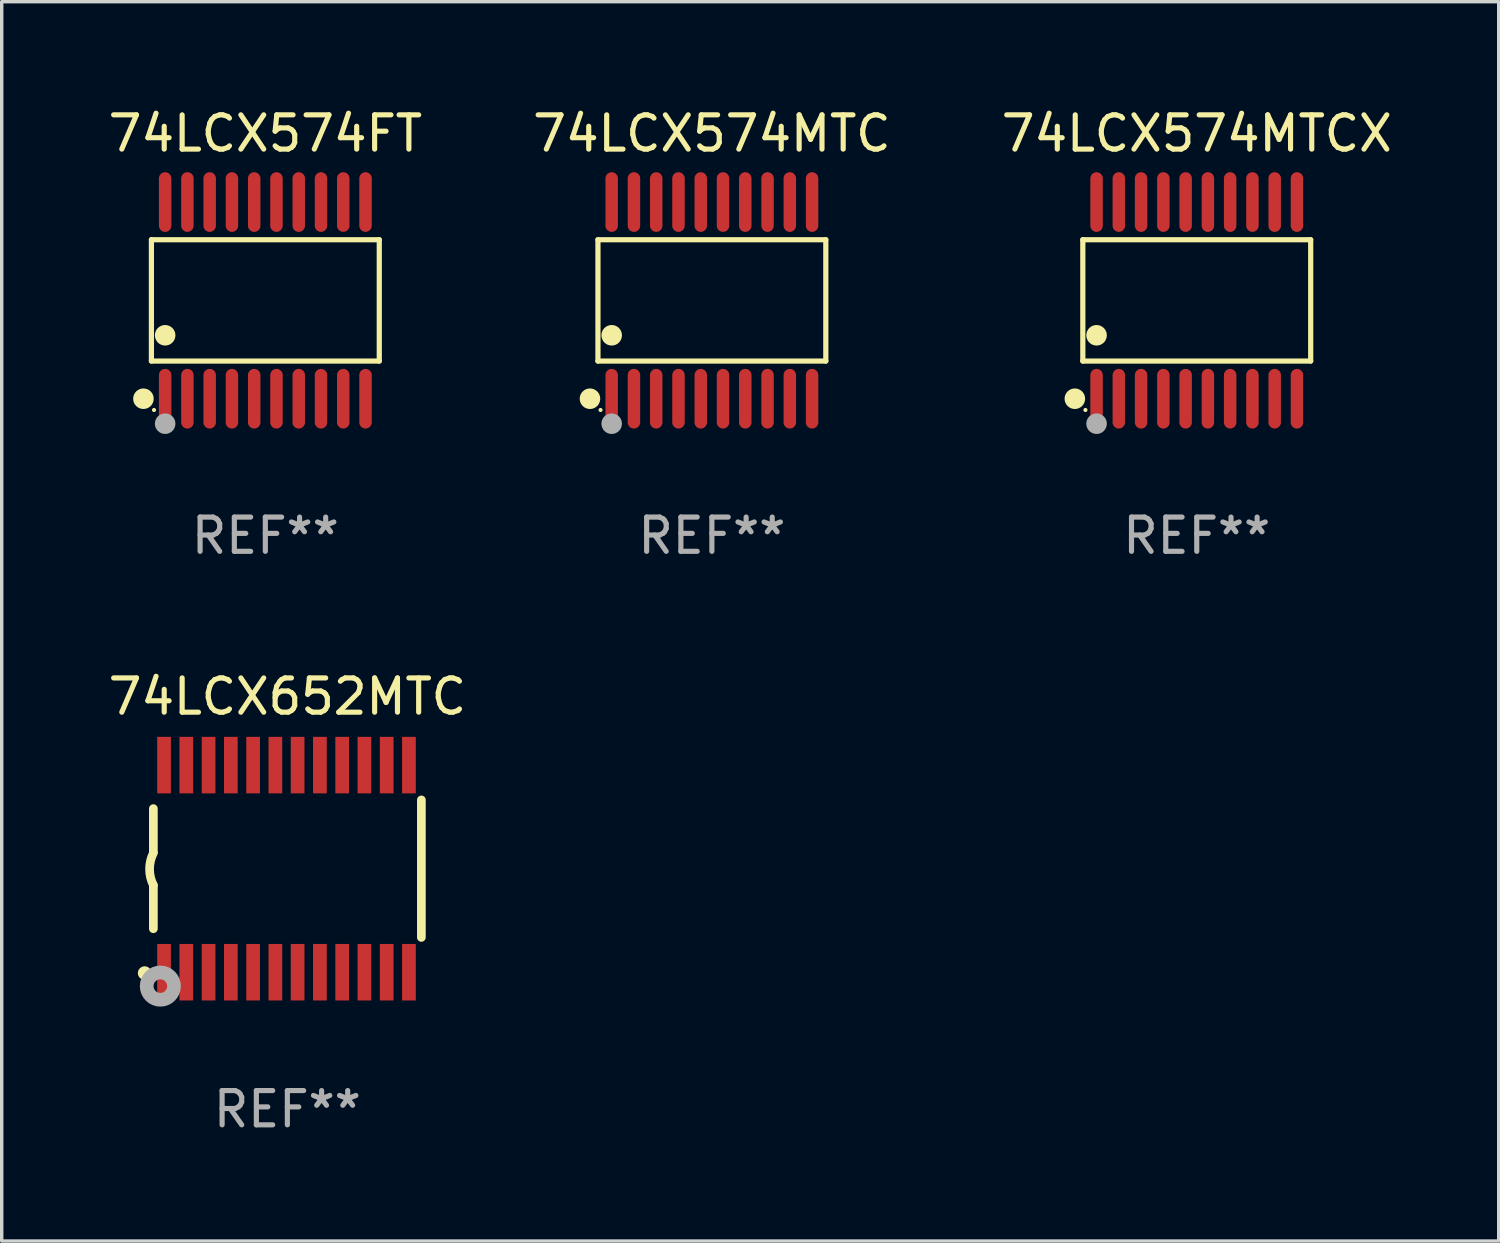
<source format=kicad_pcb>
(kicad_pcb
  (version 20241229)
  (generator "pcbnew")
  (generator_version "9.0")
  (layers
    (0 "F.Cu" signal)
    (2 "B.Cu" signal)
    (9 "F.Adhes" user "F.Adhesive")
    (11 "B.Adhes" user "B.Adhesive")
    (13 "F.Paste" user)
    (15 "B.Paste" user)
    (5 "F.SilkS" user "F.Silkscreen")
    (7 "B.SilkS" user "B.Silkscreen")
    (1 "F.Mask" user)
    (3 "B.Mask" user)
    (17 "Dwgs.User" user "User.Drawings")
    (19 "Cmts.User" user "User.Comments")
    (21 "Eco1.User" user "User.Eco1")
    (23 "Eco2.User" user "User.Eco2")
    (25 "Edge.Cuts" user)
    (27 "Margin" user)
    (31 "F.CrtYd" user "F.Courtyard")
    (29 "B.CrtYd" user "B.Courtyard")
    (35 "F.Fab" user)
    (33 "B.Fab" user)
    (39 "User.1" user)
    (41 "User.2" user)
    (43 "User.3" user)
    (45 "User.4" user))
  (footprint "74LCX652MTC"
    (layer "F.Cu")
    (at 5.339 22.309)
    (property "Reference" "74LCX652MTC" (at 0 -5.023 0) (layer "F.SilkS") (effects (font (size 1 1) (thickness 0.15))))
    (attr through_hole)
    (fp_line (start -3.912 -0.483) (end -3.912 -1.753) (stroke (width 0.254) (type solid)) (layer "F.SilkS"))
    (fp_line (start -3.912 1.753) (end -3.912 0.483) (stroke (width 0.254) (type solid)) (layer "F.SilkS"))
    (fp_line (start 3.912 -2.007) (end 3.912 2.007) (stroke (width 0.254) (type solid)) (layer "F.SilkS"))
    (fp_arc (start -3.911608 0.482601) (mid -4.022537 0.0127) (end -3.911608 -0.457201) (stroke (width 0.254001) (type solid)) (layer "F.SilkS"))
    (fp_circle (center -4.166 3.048) (end -4.066 3.048) (stroke (width 0.2) (type solid)) (fill no) (layer "F.SilkS"))
    (fp_circle (center -3.925 3.186) (end -3.895 3.186) (stroke (width 0.06) (type solid)) (fill no) (layer "F.SilkS"))
    (fp_circle (center -3.708 3.429) (end -3.509 3.429) (stroke (width 0.4) (type solid)) (fill no) (layer "F.Fab"))
    (fp_text user "REF**" (at 0 7.023 0) (layer "F.Fab") (effects (font (size 1 1) (thickness 0.15))))
    (pad "1" smd rect (at -3.6 3.023) (size 0.4 1.65) (layers "F.Cu" "F.Mask" "F.Paste"))
    (pad "2" smd rect (at -2.95 3.023) (size 0.4 1.65) (layers "F.Cu" "F.Mask" "F.Paste"))
    (pad "3" smd rect (at -2.3 3.023) (size 0.4 1.65) (layers "F.Cu" "F.Mask" "F.Paste"))
    (pad "4" smd rect (at -1.65 3.023) (size 0.4 1.65) (layers "F.Cu" "F.Mask" "F.Paste"))
    (pad "5" smd rect (at -1 3.023) (size 0.4 1.65) (layers "F.Cu" "F.Mask" "F.Paste"))
    (pad "6" smd rect (at -0.35 3.023) (size 0.4 1.65) (layers "F.Cu" "F.Mask" "F.Paste"))
    (pad "7" smd rect (at 0.299 3.023) (size 0.4 1.65) (layers "F.Cu" "F.Mask" "F.Paste"))
    (pad "8" smd rect (at 0.95 3.023) (size 0.4 1.65) (layers "F.Cu" "F.Mask" "F.Paste"))
    (pad "9" smd rect (at 1.6 3.023) (size 0.4 1.65) (layers "F.Cu" "F.Mask" "F.Paste"))
    (pad "10" smd rect (at 2.25 3.023) (size 0.4 1.65) (layers "F.Cu" "F.Mask" "F.Paste"))
    (pad "11" smd rect (at 2.9 3.023) (size 0.4 1.65) (layers "F.Cu" "F.Mask" "F.Paste"))
    (pad "12" smd rect (at 3.549 3.023) (size 0.4 1.65) (layers "F.Cu" "F.Mask" "F.Paste"))
    (pad "13" smd rect (at 3.549 -3.023) (size 0.4 1.65) (layers "F.Cu" "F.Mask" "F.Paste"))
    (pad "14" smd rect (at 2.9 -3.023) (size 0.4 1.65) (layers "F.Cu" "F.Mask" "F.Paste"))
    (pad "15" smd rect (at 2.25 -3.023) (size 0.4 1.65) (layers "F.Cu" "F.Mask" "F.Paste"))
    (pad "16" smd rect (at 1.6 -3.023) (size 0.4 1.65) (layers "F.Cu" "F.Mask" "F.Paste"))
    (pad "17" smd rect (at 0.95 -3.023) (size 0.4 1.65) (layers "F.Cu" "F.Mask" "F.Paste"))
    (pad "18" smd rect (at 0.299 -3.023) (size 0.4 1.65) (layers "F.Cu" "F.Mask" "F.Paste"))
    (pad "19" smd rect (at -0.35 -3.023) (size 0.4 1.65) (layers "F.Cu" "F.Mask" "F.Paste"))
    (pad "20" smd rect (at -1 -3.023) (size 0.4 1.65) (layers "F.Cu" "F.Mask" "F.Paste"))
    (pad "21" smd rect (at -1.65 -3.023) (size 0.4 1.65) (layers "F.Cu" "F.Mask" "F.Paste"))
    (pad "22" smd rect (at -2.3 -3.023) (size 0.4 1.65) (layers "F.Cu" "F.Mask" "F.Paste"))
    (pad "23" smd rect (at -2.95 -3.023) (size 0.4 1.65) (layers "F.Cu" "F.Mask" "F.Paste"))
    (pad "24" smd rect (at -3.6 -3.023) (size 0.4 1.65) (layers "F.Cu" "F.Mask" "F.Paste")))
  (footprint "74LCX574MTCX"
    (layer "F.Cu")
    (at 31.887 5.719)
    (property "Reference" "74LCX574MTCX" (at 0 -4.871 0) (layer "F.SilkS") (effects (font (size 1 1) (thickness 0.15))))
    (attr through_hole)
    (fp_line (start -3.326 -1.771) (end 3.326 -1.771) (stroke (width 0.152) (type solid)) (layer "F.SilkS"))
    (fp_line (start -3.326 1.771) (end -3.326 -1.771) (stroke (width 0.152) (type solid)) (layer "F.SilkS"))
    (fp_line (start 3.326 -1.771) (end 3.326 1.771) (stroke (width 0.152) (type solid)) (layer "F.SilkS"))
    (fp_line (start 3.326 1.771) (end -3.326 1.771) (stroke (width 0.152) (type solid)) (layer "F.SilkS"))
    (fp_circle (center -3.559 2.871) (end -3.409 2.871) (stroke (width 0.3) (type solid)) (fill no) (layer "F.SilkS"))
    (fp_circle (center -3.25 3.2) (end -3.22 3.2) (stroke (width 0.06) (type solid)) (fill no) (layer "F.SilkS"))
    (fp_circle (center -2.925 1.019) (end -2.775 1.019) (stroke (width 0.3) (type solid)) (fill no) (layer "F.SilkS"))
    (fp_circle (center -2.925 3.6) (end -2.775 3.6) (stroke (width 0.3) (type solid)) (fill no) (layer "F.Fab"))
    (fp_text user "REF**" (at 0 6.871 0) (layer "F.Fab") (effects (font (size 1 1) (thickness 0.15))))
    (pad "1" smd oval (at -2.925 2.871) (size 0.364 1.742) (layers "F.Cu" "F.Mask" "F.Paste"))
    (pad "2" smd oval (at -2.275 2.871) (size 0.364 1.742) (layers "F.Cu" "F.Mask" "F.Paste"))
    (pad "3" smd oval (at -1.625 2.871) (size 0.364 1.742) (layers "F.Cu" "F.Mask" "F.Paste"))
    (pad "4" smd oval (at -0.975 2.871) (size 0.364 1.742) (layers "F.Cu" "F.Mask" "F.Paste"))
    (pad "5" smd oval (at -0.325 2.871) (size 0.364 1.742) (layers "F.Cu" "F.Mask" "F.Paste"))
    (pad "6" smd oval (at 0.325 2.871) (size 0.364 1.742) (layers "F.Cu" "F.Mask" "F.Paste"))
    (pad "7" smd oval (at 0.975 2.871) (size 0.364 1.742) (layers "F.Cu" "F.Mask" "F.Paste"))
    (pad "8" smd oval (at 1.625 2.871) (size 0.364 1.742) (layers "F.Cu" "F.Mask" "F.Paste"))
    (pad "9" smd oval (at 2.275 2.871) (size 0.364 1.742) (layers "F.Cu" "F.Mask" "F.Paste"))
    (pad "10" smd oval (at 2.925 2.871) (size 0.364 1.742) (layers "F.Cu" "F.Mask" "F.Paste"))
    (pad "11" smd oval (at 2.925 -2.871) (size 0.364 1.742) (layers "F.Cu" "F.Mask" "F.Paste"))
    (pad "12" smd oval (at 2.275 -2.871) (size 0.364 1.742) (layers "F.Cu" "F.Mask" "F.Paste"))
    (pad "13" smd oval (at 1.625 -2.871) (size 0.364 1.742) (layers "F.Cu" "F.Mask" "F.Paste"))
    (pad "14" smd oval (at 0.975 -2.871) (size 0.364 1.742) (layers "F.Cu" "F.Mask" "F.Paste"))
    (pad "15" smd oval (at 0.325 -2.871) (size 0.364 1.742) (layers "F.Cu" "F.Mask" "F.Paste"))
    (pad "16" smd oval (at -0.325 -2.871) (size 0.364 1.742) (layers "F.Cu" "F.Mask" "F.Paste"))
    (pad "17" smd oval (at -0.975 -2.871) (size 0.364 1.742) (layers "F.Cu" "F.Mask" "F.Paste"))
    (pad "18" smd oval (at -1.625 -2.871) (size 0.364 1.742) (layers "F.Cu" "F.Mask" "F.Paste"))
    (pad "19" smd oval (at -2.275 -2.871) (size 0.364 1.742) (layers "F.Cu" "F.Mask" "F.Paste"))
    (pad "20" smd oval (at -2.925 -2.871) (size 0.364 1.742) (layers "F.Cu" "F.Mask" "F.Paste")))
  (footprint "74LCX574MTC"
    (layer "F.Cu")
    (at 17.732 5.719)
    (property "Reference" "74LCX574MTC" (at 0 -4.871 0) (layer "F.SilkS") (effects (font (size 1 1) (thickness 0.15))))
    (attr through_hole)
    (fp_line (start -3.326 -1.771) (end 3.326 -1.771) (stroke (width 0.152) (type solid)) (layer "F.SilkS"))
    (fp_line (start -3.326 1.771) (end -3.326 -1.771) (stroke (width 0.152) (type solid)) (layer "F.SilkS"))
    (fp_line (start 3.326 -1.771) (end 3.326 1.771) (stroke (width 0.152) (type solid)) (layer "F.SilkS"))
    (fp_line (start 3.326 1.771) (end -3.326 1.771) (stroke (width 0.152) (type solid)) (layer "F.SilkS"))
    (fp_circle (center -3.559 2.871) (end -3.409 2.871) (stroke (width 0.3) (type solid)) (fill no) (layer "F.SilkS"))
    (fp_circle (center -3.25 3.2) (end -3.22 3.2) (stroke (width 0.06) (type solid)) (fill no) (layer "F.SilkS"))
    (fp_circle (center -2.925 1.019) (end -2.775 1.019) (stroke (width 0.3) (type solid)) (fill no) (layer "F.SilkS"))
    (fp_circle (center -2.925 3.6) (end -2.775 3.6) (stroke (width 0.3) (type solid)) (fill no) (layer "F.Fab"))
    (fp_text user "REF**" (at 0 6.871 0) (layer "F.Fab") (effects (font (size 1 1) (thickness 0.15))))
    (pad "1" smd oval (at -2.925 2.871) (size 0.364 1.742) (layers "F.Cu" "F.Mask" "F.Paste"))
    (pad "2" smd oval (at -2.275 2.871) (size 0.364 1.742) (layers "F.Cu" "F.Mask" "F.Paste"))
    (pad "3" smd oval (at -1.625 2.871) (size 0.364 1.742) (layers "F.Cu" "F.Mask" "F.Paste"))
    (pad "4" smd oval (at -0.975 2.871) (size 0.364 1.742) (layers "F.Cu" "F.Mask" "F.Paste"))
    (pad "5" smd oval (at -0.325 2.871) (size 0.364 1.742) (layers "F.Cu" "F.Mask" "F.Paste"))
    (pad "6" smd oval (at 0.325 2.871) (size 0.364 1.742) (layers "F.Cu" "F.Mask" "F.Paste"))
    (pad "7" smd oval (at 0.975 2.871) (size 0.364 1.742) (layers "F.Cu" "F.Mask" "F.Paste"))
    (pad "8" smd oval (at 1.625 2.871) (size 0.364 1.742) (layers "F.Cu" "F.Mask" "F.Paste"))
    (pad "9" smd oval (at 2.275 2.871) (size 0.364 1.742) (layers "F.Cu" "F.Mask" "F.Paste"))
    (pad "10" smd oval (at 2.925 2.871) (size 0.364 1.742) (layers "F.Cu" "F.Mask" "F.Paste"))
    (pad "11" smd oval (at 2.925 -2.871) (size 0.364 1.742) (layers "F.Cu" "F.Mask" "F.Paste"))
    (pad "12" smd oval (at 2.275 -2.871) (size 0.364 1.742) (layers "F.Cu" "F.Mask" "F.Paste"))
    (pad "13" smd oval (at 1.625 -2.871) (size 0.364 1.742) (layers "F.Cu" "F.Mask" "F.Paste"))
    (pad "14" smd oval (at 0.975 -2.871) (size 0.364 1.742) (layers "F.Cu" "F.Mask" "F.Paste"))
    (pad "15" smd oval (at 0.325 -2.871) (size 0.364 1.742) (layers "F.Cu" "F.Mask" "F.Paste"))
    (pad "16" smd oval (at -0.325 -2.871) (size 0.364 1.742) (layers "F.Cu" "F.Mask" "F.Paste"))
    (pad "17" smd oval (at -0.975 -2.871) (size 0.364 1.742) (layers "F.Cu" "F.Mask" "F.Paste"))
    (pad "18" smd oval (at -1.625 -2.871) (size 0.364 1.742) (layers "F.Cu" "F.Mask" "F.Paste"))
    (pad "19" smd oval (at -2.275 -2.871) (size 0.364 1.742) (layers "F.Cu" "F.Mask" "F.Paste"))
    (pad "20" smd oval (at -2.925 -2.871) (size 0.364 1.742) (layers "F.Cu" "F.Mask" "F.Paste")))
  (footprint "74LCX574FT"
    (layer "F.Cu")
    (at 4.696 5.719)
    (property "Reference" "74LCX574FT" (at 0 -4.871 0) (layer "F.SilkS") (effects (font (size 1 1) (thickness 0.15))))
    (attr through_hole)
    (fp_line (start -3.326 -1.771) (end 3.326 -1.771) (stroke (width 0.152) (type solid)) (layer "F.SilkS"))
    (fp_line (start -3.326 1.771) (end -3.326 -1.771) (stroke (width 0.152) (type solid)) (layer "F.SilkS"))
    (fp_line (start 3.326 -1.771) (end 3.326 1.771) (stroke (width 0.152) (type solid)) (layer "F.SilkS"))
    (fp_line (start 3.326 1.771) (end -3.326 1.771) (stroke (width 0.152) (type solid)) (layer "F.SilkS"))
    (fp_circle (center -3.559 2.871) (end -3.409 2.871) (stroke (width 0.3) (type solid)) (fill no) (layer "F.SilkS"))
    (fp_circle (center -3.25 3.2) (end -3.22 3.2) (stroke (width 0.06) (type solid)) (fill no) (layer "F.SilkS"))
    (fp_circle (center -2.925 1.019) (end -2.775 1.019) (stroke (width 0.3) (type solid)) (fill no) (layer "F.SilkS"))
    (fp_circle (center -2.925 3.6) (end -2.775 3.6) (stroke (width 0.3) (type solid)) (fill no) (layer "F.Fab"))
    (fp_text user "REF**" (at 0 6.871 0) (layer "F.Fab") (effects (font (size 1 1) (thickness 0.15))))
    (pad "1" smd oval (at -2.925 2.871) (size 0.364 1.742) (layers "F.Cu" "F.Mask" "F.Paste"))
    (pad "2" smd oval (at -2.275 2.871) (size 0.364 1.742) (layers "F.Cu" "F.Mask" "F.Paste"))
    (pad "3" smd oval (at -1.625 2.871) (size 0.364 1.742) (layers "F.Cu" "F.Mask" "F.Paste"))
    (pad "4" smd oval (at -0.975 2.871) (size 0.364 1.742) (layers "F.Cu" "F.Mask" "F.Paste"))
    (pad "5" smd oval (at -0.325 2.871) (size 0.364 1.742) (layers "F.Cu" "F.Mask" "F.Paste"))
    (pad "6" smd oval (at 0.325 2.871) (size 0.364 1.742) (layers "F.Cu" "F.Mask" "F.Paste"))
    (pad "7" smd oval (at 0.975 2.871) (size 0.364 1.742) (layers "F.Cu" "F.Mask" "F.Paste"))
    (pad "8" smd oval (at 1.625 2.871) (size 0.364 1.742) (layers "F.Cu" "F.Mask" "F.Paste"))
    (pad "9" smd oval (at 2.275 2.871) (size 0.364 1.742) (layers "F.Cu" "F.Mask" "F.Paste"))
    (pad "10" smd oval (at 2.925 2.871) (size 0.364 1.742) (layers "F.Cu" "F.Mask" "F.Paste"))
    (pad "11" smd oval (at 2.925 -2.871) (size 0.364 1.742) (layers "F.Cu" "F.Mask" "F.Paste"))
    (pad "12" smd oval (at 2.275 -2.871) (size 0.364 1.742) (layers "F.Cu" "F.Mask" "F.Paste"))
    (pad "13" smd oval (at 1.625 -2.871) (size 0.364 1.742) (layers "F.Cu" "F.Mask" "F.Paste"))
    (pad "14" smd oval (at 0.975 -2.871) (size 0.364 1.742) (layers "F.Cu" "F.Mask" "F.Paste"))
    (pad "15" smd oval (at 0.325 -2.871) (size 0.364 1.742) (layers "F.Cu" "F.Mask" "F.Paste"))
    (pad "16" smd oval (at -0.325 -2.871) (size 0.364 1.742) (layers "F.Cu" "F.Mask" "F.Paste"))
    (pad "17" smd oval (at -0.975 -2.871) (size 0.364 1.742) (layers "F.Cu" "F.Mask" "F.Paste"))
    (pad "18" smd oval (at -1.625 -2.871) (size 0.364 1.742) (layers "F.Cu" "F.Mask" "F.Paste"))
    (pad "19" smd oval (at -2.275 -2.871) (size 0.364 1.742) (layers "F.Cu" "F.Mask" "F.Paste"))
    (pad "20" smd oval (at -2.925 -2.871) (size 0.364 1.742) (layers "F.Cu" "F.Mask" "F.Paste")))
  (gr_rect
    (start -3 -3)
    (end 40.702 33.18)
    (stroke (width 0.1) (type default))
    (fill no)
    (layer "Edge.Cuts")))
</source>
